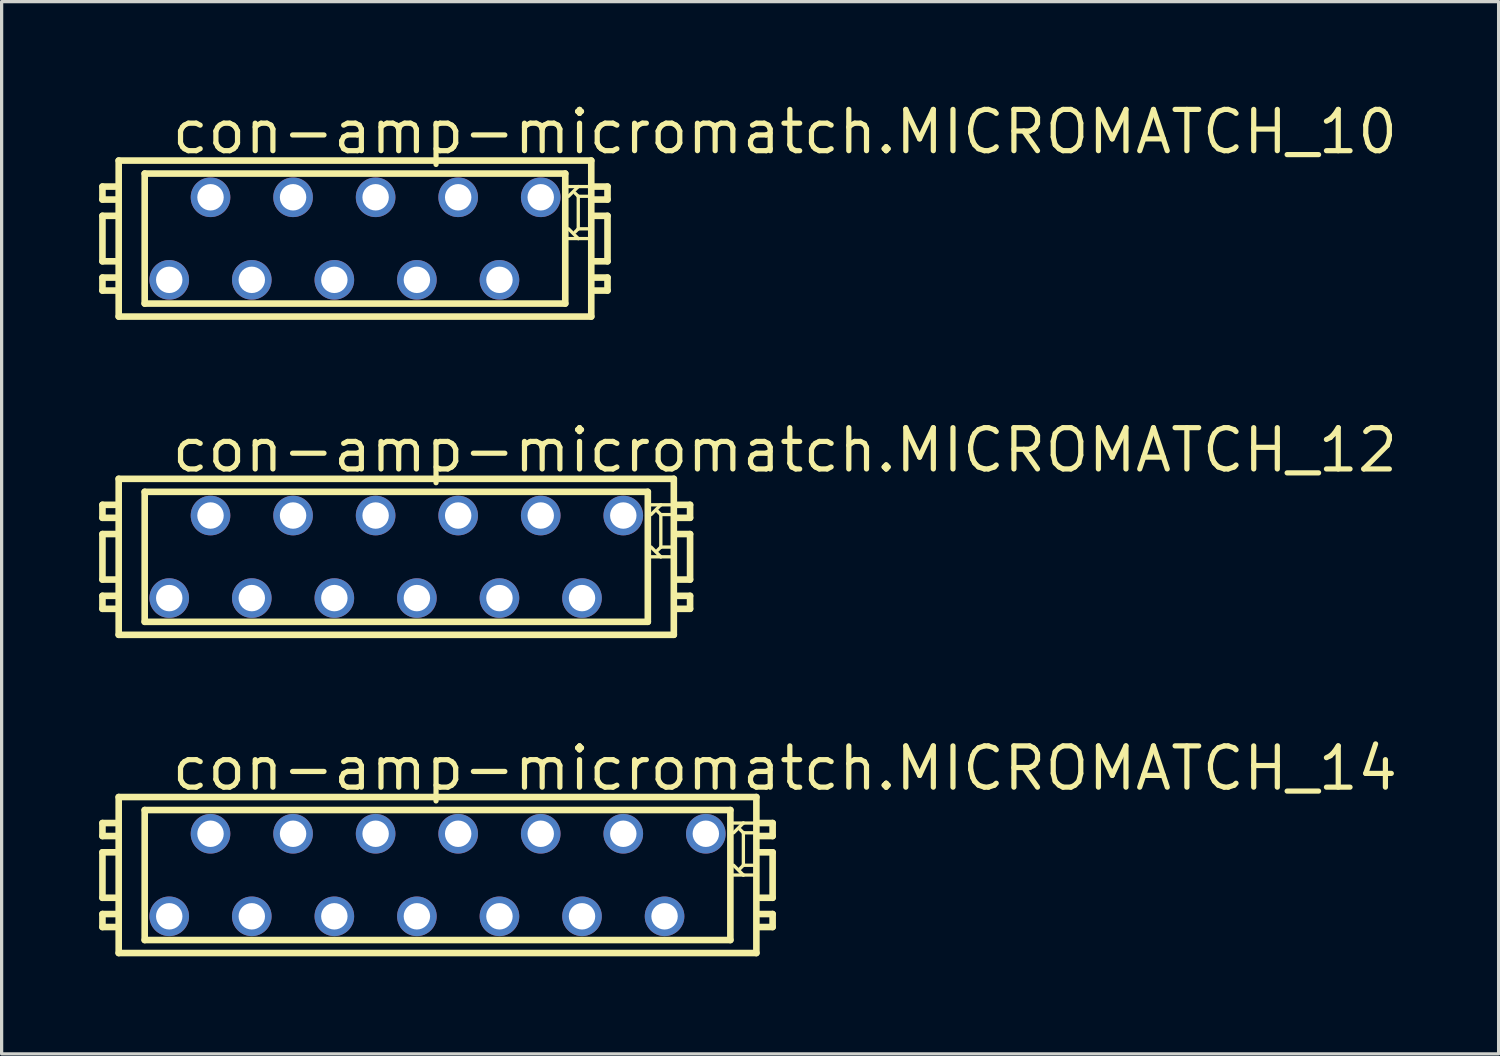
<source format=kicad_pcb>
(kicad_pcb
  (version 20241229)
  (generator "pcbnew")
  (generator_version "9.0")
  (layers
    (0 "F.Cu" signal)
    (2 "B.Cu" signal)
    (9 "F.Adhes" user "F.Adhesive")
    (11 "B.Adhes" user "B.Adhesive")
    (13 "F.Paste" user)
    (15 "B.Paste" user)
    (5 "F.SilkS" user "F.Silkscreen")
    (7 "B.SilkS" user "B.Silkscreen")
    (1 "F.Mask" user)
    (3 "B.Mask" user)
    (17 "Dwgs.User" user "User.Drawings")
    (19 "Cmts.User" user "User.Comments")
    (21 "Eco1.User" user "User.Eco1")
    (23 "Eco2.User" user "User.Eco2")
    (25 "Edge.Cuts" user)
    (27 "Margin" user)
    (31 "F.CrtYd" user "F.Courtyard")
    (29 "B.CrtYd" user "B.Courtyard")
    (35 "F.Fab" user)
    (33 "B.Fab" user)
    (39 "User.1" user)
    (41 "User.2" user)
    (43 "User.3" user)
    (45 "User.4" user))
  (footprint "con-amp-micromatch.MICROMATCH_12"
    (layer "F.Cu")
    (at 9.142 14.082)
    (property "Reference" "con-amp-micromatch.MICROMATCH_12" (at -6.985 -2.54 0) (layer "F.SilkS") (effects (font (size 1.27 1.27) (thickness 0.16)) (justify left bottom)))
    (attr through_hole)
    (fp_line (start -9.04 -1.6) (end -9.04 -1.2) (stroke (width 0.203) (type default)) (layer "F.SilkS"))
    (fp_line (start -9.04 -1.2) (end -8.64 -1.2) (stroke (width 0.203) (type default)) (layer "F.SilkS"))
    (fp_line (start -9.04 -0.7) (end -9.04 0.7) (stroke (width 0.203) (type default)) (layer "F.SilkS"))
    (fp_line (start -9.04 0.7) (end -8.64 0.7) (stroke (width 0.203) (type default)) (layer "F.SilkS"))
    (fp_line (start -9.04 1.2) (end -9.04 1.6) (stroke (width 0.203) (type default)) (layer "F.SilkS"))
    (fp_line (start -9.04 1.6) (end -8.64 1.6) (stroke (width 0.203) (type default)) (layer "F.SilkS"))
    (fp_line (start -8.64 -1.6) (end -9.04 -1.6) (stroke (width 0.203) (type default)) (layer "F.SilkS"))
    (fp_line (start -8.64 -0.7) (end -9.04 -0.7) (stroke (width 0.203) (type default)) (layer "F.SilkS"))
    (fp_line (start -8.64 1.2) (end -9.04 1.2) (stroke (width 0.203) (type default)) (layer "F.SilkS"))
    (fp_line (start -8.54 -2.4) (end -8.54 2.4) (stroke (width 0.203) (type default)) (layer "F.SilkS"))
    (fp_line (start -7.74 -2) (end -7.74 2) (stroke (width 0.203) (type default)) (layer "F.SilkS"))
    (fp_line (start 7.74 -2) (end -7.74 -2) (stroke (width 0.203) (type default)) (layer "F.SilkS"))
    (fp_line (start 7.74 2) (end -7.74 2) (stroke (width 0.203) (type default)) (layer "F.SilkS"))
    (fp_line (start 7.74 2) (end 7.74 -2) (stroke (width 0.203) (type default)) (layer "F.SilkS"))
    (fp_line (start 8.04 -1.4) (end 8.14 -1.3) (stroke (width 0.102) (type default)) (layer "F.SilkS"))
    (fp_line (start 8.04 -0.2) (end 8.14 -0.3) (stroke (width 0.102) (type default)) (layer "F.SilkS"))
    (fp_line (start 8.14 -1.6) (end 7.84 -1.6) (stroke (width 0.102) (type default)) (layer "F.SilkS"))
    (fp_line (start 8.14 -1.6) (end 7.84 -1.3) (stroke (width 0.102) (type default)) (layer "F.SilkS"))
    (fp_line (start 8.14 -1.3) (end 8.14 -0.3) (stroke (width 0.102) (type default)) (layer "F.SilkS"))
    (fp_line (start 8.14 -0.3) (end 8.44 -0.3) (stroke (width 0.102) (type default)) (layer "F.SilkS"))
    (fp_line (start 8.14 0) (end 7.84 -0.3) (stroke (width 0.102) (type default)) (layer "F.SilkS"))
    (fp_line (start 8.14 0) (end 7.84 0) (stroke (width 0.102) (type default)) (layer "F.SilkS"))
    (fp_line (start 8.44 -1.6) (end 8.14 -1.6) (stroke (width 0.102) (type default)) (layer "F.SilkS"))
    (fp_line (start 8.44 -1.3) (end 8.14 -1.3) (stroke (width 0.102) (type default)) (layer "F.SilkS"))
    (fp_line (start 8.44 0) (end 8.14 0) (stroke (width 0.102) (type default)) (layer "F.SilkS"))
    (fp_line (start 8.54 -2.4) (end -8.54 -2.4) (stroke (width 0.203) (type default)) (layer "F.SilkS"))
    (fp_line (start 8.54 2.4) (end -8.54 2.4) (stroke (width 0.203) (type default)) (layer "F.SilkS"))
    (fp_line (start 8.54 2.4) (end 8.54 -2.4) (stroke (width 0.203) (type default)) (layer "F.SilkS"))
    (fp_line (start 8.64 -1.2) (end 9.04 -1.2) (stroke (width 0.203) (type default)) (layer "F.SilkS"))
    (fp_line (start 8.64 0.7) (end 9.04 0.7) (stroke (width 0.203) (type default)) (layer "F.SilkS"))
    (fp_line (start 8.64 1.6) (end 9.04 1.6) (stroke (width 0.203) (type default)) (layer "F.SilkS"))
    (fp_line (start 9.04 -1.6) (end 8.64 -1.6) (stroke (width 0.203) (type default)) (layer "F.SilkS"))
    (fp_line (start 9.04 -1.2) (end 9.04 -1.6) (stroke (width 0.203) (type default)) (layer "F.SilkS"))
    (fp_line (start 9.04 -0.7) (end 8.64 -0.7) (stroke (width 0.203) (type default)) (layer "F.SilkS"))
    (fp_line (start 9.04 0.7) (end 9.04 -0.7) (stroke (width 0.203) (type default)) (layer "F.SilkS"))
    (fp_line (start 9.04 1.2) (end 8.64 1.2) (stroke (width 0.203) (type default)) (layer "F.SilkS"))
    (fp_line (start 9.04 1.6) (end 9.04 1.2) (stroke (width 0.203) (type default)) (layer "F.SilkS"))
    (pad "1" thru_hole circle (at 6.985 -1.27) (size 1.219 1.219) (drill 0.813) (layers "*.Cu" "*.Mask"))
    (pad "2" thru_hole circle (at 5.715 1.27) (size 1.219 1.219) (drill 0.813) (layers "*.Cu" "*.Mask"))
    (pad "3" thru_hole circle (at 4.445 -1.27) (size 1.219 1.219) (drill 0.813) (layers "*.Cu" "*.Mask"))
    (pad "4" thru_hole circle (at 3.175 1.27) (size 1.219 1.219) (drill 0.813) (layers "*.Cu" "*.Mask"))
    (pad "5" thru_hole circle (at 1.905 -1.27) (size 1.219 1.219) (drill 0.813) (layers "*.Cu" "*.Mask"))
    (pad "6" thru_hole circle (at 0.635 1.27) (size 1.219 1.219) (drill 0.813) (layers "*.Cu" "*.Mask"))
    (pad "7" thru_hole circle (at -0.635 -1.27) (size 1.219 1.219) (drill 0.813) (layers "*.Cu" "*.Mask"))
    (pad "8" thru_hole circle (at -1.905 1.27) (size 1.219 1.219) (drill 0.813) (layers "*.Cu" "*.Mask"))
    (pad "9" thru_hole circle (at -3.175 -1.27) (size 1.219 1.219) (drill 0.813) (layers "*.Cu" "*.Mask"))
    (pad "10" thru_hole circle (at -4.445 1.27) (size 1.219 1.219) (drill 0.813) (layers "*.Cu" "*.Mask"))
    (pad "11" thru_hole circle (at -5.715 -1.27) (size 1.219 1.219) (drill 0.813) (layers "*.Cu" "*.Mask"))
    (pad "12" thru_hole circle (at -6.985 1.27) (size 1.219 1.219) (drill 0.813) (layers "*.Cu" "*.Mask")))
  (footprint "con-amp-micromatch.MICROMATCH_10"
    (layer "F.Cu")
    (at 7.872 4.29)
    (property "Reference" "con-amp-micromatch.MICROMATCH_10" (at -5.715 -2.54 0) (layer "F.SilkS") (effects (font (size 1.27 1.27) (thickness 0.16)) (justify left bottom)))
    (attr through_hole)
    (fp_line (start -7.77 -1.6) (end -7.77 -1.2) (stroke (width 0.203) (type default)) (layer "F.SilkS"))
    (fp_line (start -7.77 -1.2) (end -7.37 -1.2) (stroke (width 0.203) (type default)) (layer "F.SilkS"))
    (fp_line (start -7.77 -0.7) (end -7.77 0.7) (stroke (width 0.203) (type default)) (layer "F.SilkS"))
    (fp_line (start -7.77 0.7) (end -7.37 0.7) (stroke (width 0.203) (type default)) (layer "F.SilkS"))
    (fp_line (start -7.77 1.2) (end -7.77 1.6) (stroke (width 0.203) (type default)) (layer "F.SilkS"))
    (fp_line (start -7.77 1.6) (end -7.37 1.6) (stroke (width 0.203) (type default)) (layer "F.SilkS"))
    (fp_line (start -7.37 -1.6) (end -7.77 -1.6) (stroke (width 0.203) (type default)) (layer "F.SilkS"))
    (fp_line (start -7.37 -0.7) (end -7.77 -0.7) (stroke (width 0.203) (type default)) (layer "F.SilkS"))
    (fp_line (start -7.37 1.2) (end -7.77 1.2) (stroke (width 0.203) (type default)) (layer "F.SilkS"))
    (fp_line (start -7.27 -2.4) (end -7.27 2.4) (stroke (width 0.203) (type default)) (layer "F.SilkS"))
    (fp_line (start -6.47 -2) (end -6.47 2) (stroke (width 0.203) (type default)) (layer "F.SilkS"))
    (fp_line (start 6.47 -2) (end -6.47 -2) (stroke (width 0.203) (type default)) (layer "F.SilkS"))
    (fp_line (start 6.47 2) (end -6.47 2) (stroke (width 0.203) (type default)) (layer "F.SilkS"))
    (fp_line (start 6.47 2) (end 6.47 -2) (stroke (width 0.203) (type default)) (layer "F.SilkS"))
    (fp_line (start 6.77 -1.4) (end 6.87 -1.3) (stroke (width 0.102) (type default)) (layer "F.SilkS"))
    (fp_line (start 6.77 -0.2) (end 6.87 -0.3) (stroke (width 0.102) (type default)) (layer "F.SilkS"))
    (fp_line (start 6.87 -1.6) (end 6.57 -1.6) (stroke (width 0.102) (type default)) (layer "F.SilkS"))
    (fp_line (start 6.87 -1.6) (end 6.57 -1.3) (stroke (width 0.102) (type default)) (layer "F.SilkS"))
    (fp_line (start 6.87 -1.3) (end 6.87 -0.3) (stroke (width 0.102) (type default)) (layer "F.SilkS"))
    (fp_line (start 6.87 -0.3) (end 7.17 -0.3) (stroke (width 0.102) (type default)) (layer "F.SilkS"))
    (fp_line (start 6.87 0) (end 6.57 -0.3) (stroke (width 0.102) (type default)) (layer "F.SilkS"))
    (fp_line (start 6.87 0) (end 6.57 0) (stroke (width 0.102) (type default)) (layer "F.SilkS"))
    (fp_line (start 7.17 -1.6) (end 6.87 -1.6) (stroke (width 0.102) (type default)) (layer "F.SilkS"))
    (fp_line (start 7.17 -1.3) (end 6.87 -1.3) (stroke (width 0.102) (type default)) (layer "F.SilkS"))
    (fp_line (start 7.17 0) (end 6.87 0) (stroke (width 0.102) (type default)) (layer "F.SilkS"))
    (fp_line (start 7.27 -2.4) (end -7.27 -2.4) (stroke (width 0.203) (type default)) (layer "F.SilkS"))
    (fp_line (start 7.27 2.4) (end -7.27 2.4) (stroke (width 0.203) (type default)) (layer "F.SilkS"))
    (fp_line (start 7.27 2.4) (end 7.27 -2.4) (stroke (width 0.203) (type default)) (layer "F.SilkS"))
    (fp_line (start 7.37 -1.2) (end 7.77 -1.2) (stroke (width 0.203) (type default)) (layer "F.SilkS"))
    (fp_line (start 7.37 0.7) (end 7.77 0.7) (stroke (width 0.203) (type default)) (layer "F.SilkS"))
    (fp_line (start 7.37 1.6) (end 7.77 1.6) (stroke (width 0.203) (type default)) (layer "F.SilkS"))
    (fp_line (start 7.77 -1.6) (end 7.37 -1.6) (stroke (width 0.203) (type default)) (layer "F.SilkS"))
    (fp_line (start 7.77 -1.2) (end 7.77 -1.6) (stroke (width 0.203) (type default)) (layer "F.SilkS"))
    (fp_line (start 7.77 -0.7) (end 7.37 -0.7) (stroke (width 0.203) (type default)) (layer "F.SilkS"))
    (fp_line (start 7.77 0.7) (end 7.77 -0.7) (stroke (width 0.203) (type default)) (layer "F.SilkS"))
    (fp_line (start 7.77 1.2) (end 7.37 1.2) (stroke (width 0.203) (type default)) (layer "F.SilkS"))
    (fp_line (start 7.77 1.6) (end 7.77 1.2) (stroke (width 0.203) (type default)) (layer "F.SilkS"))
    (pad "1" thru_hole circle (at 5.715 -1.27) (size 1.219 1.219) (drill 0.813) (layers "*.Cu" "*.Mask"))
    (pad "2" thru_hole circle (at 4.445 1.27) (size 1.219 1.219) (drill 0.813) (layers "*.Cu" "*.Mask"))
    (pad "3" thru_hole circle (at 3.175 -1.27) (size 1.219 1.219) (drill 0.813) (layers "*.Cu" "*.Mask"))
    (pad "4" thru_hole circle (at 1.905 1.27) (size 1.219 1.219) (drill 0.813) (layers "*.Cu" "*.Mask"))
    (pad "5" thru_hole circle (at 0.635 -1.27) (size 1.219 1.219) (drill 0.813) (layers "*.Cu" "*.Mask"))
    (pad "6" thru_hole circle (at -0.635 1.27) (size 1.219 1.219) (drill 0.813) (layers "*.Cu" "*.Mask"))
    (pad "7" thru_hole circle (at -1.905 -1.27) (size 1.219 1.219) (drill 0.813) (layers "*.Cu" "*.Mask"))
    (pad "8" thru_hole circle (at -3.175 1.27) (size 1.219 1.219) (drill 0.813) (layers "*.Cu" "*.Mask"))
    (pad "9" thru_hole circle (at -4.445 -1.27) (size 1.219 1.219) (drill 0.813) (layers "*.Cu" "*.Mask"))
    (pad "10" thru_hole circle (at -5.715 1.27) (size 1.219 1.219) (drill 0.813) (layers "*.Cu" "*.Mask")))
  (footprint "con-amp-micromatch.MICROMATCH_14"
    (layer "F.Cu")
    (at 10.412 23.873)
    (property "Reference" "con-amp-micromatch.MICROMATCH_14" (at -8.255 -2.54 0) (layer "F.SilkS") (effects (font (size 1.27 1.27) (thickness 0.16)) (justify left bottom)))
    (attr through_hole)
    (fp_line (start -10.31 -1.6) (end -10.31 -1.2) (stroke (width 0.203) (type default)) (layer "F.SilkS"))
    (fp_line (start -10.31 -1.2) (end -9.91 -1.2) (stroke (width 0.203) (type default)) (layer "F.SilkS"))
    (fp_line (start -10.31 -0.7) (end -10.31 0.7) (stroke (width 0.203) (type default)) (layer "F.SilkS"))
    (fp_line (start -10.31 0.7) (end -9.91 0.7) (stroke (width 0.203) (type default)) (layer "F.SilkS"))
    (fp_line (start -10.31 1.2) (end -10.31 1.6) (stroke (width 0.203) (type default)) (layer "F.SilkS"))
    (fp_line (start -10.31 1.6) (end -9.91 1.6) (stroke (width 0.203) (type default)) (layer "F.SilkS"))
    (fp_line (start -9.91 -1.6) (end -10.31 -1.6) (stroke (width 0.203) (type default)) (layer "F.SilkS"))
    (fp_line (start -9.91 -0.7) (end -10.31 -0.7) (stroke (width 0.203) (type default)) (layer "F.SilkS"))
    (fp_line (start -9.91 1.2) (end -10.31 1.2) (stroke (width 0.203) (type default)) (layer "F.SilkS"))
    (fp_line (start -9.81 -2.4) (end -9.81 2.4) (stroke (width 0.203) (type default)) (layer "F.SilkS"))
    (fp_line (start -9.01 -2) (end -9.01 2) (stroke (width 0.203) (type default)) (layer "F.SilkS"))
    (fp_line (start 9.01 -2) (end -9.01 -2) (stroke (width 0.203) (type default)) (layer "F.SilkS"))
    (fp_line (start 9.01 2) (end -9.01 2) (stroke (width 0.203) (type default)) (layer "F.SilkS"))
    (fp_line (start 9.01 2) (end 9.01 -2) (stroke (width 0.203) (type default)) (layer "F.SilkS"))
    (fp_line (start 9.31 -1.4) (end 9.41 -1.3) (stroke (width 0.102) (type default)) (layer "F.SilkS"))
    (fp_line (start 9.31 -0.2) (end 9.41 -0.3) (stroke (width 0.102) (type default)) (layer "F.SilkS"))
    (fp_line (start 9.41 -1.6) (end 9.11 -1.6) (stroke (width 0.102) (type default)) (layer "F.SilkS"))
    (fp_line (start 9.41 -1.6) (end 9.11 -1.3) (stroke (width 0.102) (type default)) (layer "F.SilkS"))
    (fp_line (start 9.41 -1.3) (end 9.41 -0.3) (stroke (width 0.102) (type default)) (layer "F.SilkS"))
    (fp_line (start 9.41 -0.3) (end 9.71 -0.3) (stroke (width 0.102) (type default)) (layer "F.SilkS"))
    (fp_line (start 9.41 0) (end 9.11 -0.3) (stroke (width 0.102) (type default)) (layer "F.SilkS"))
    (fp_line (start 9.41 0) (end 9.11 0) (stroke (width 0.102) (type default)) (layer "F.SilkS"))
    (fp_line (start 9.71 -1.6) (end 9.41 -1.6) (stroke (width 0.102) (type default)) (layer "F.SilkS"))
    (fp_line (start 9.71 -1.3) (end 9.41 -1.3) (stroke (width 0.102) (type default)) (layer "F.SilkS"))
    (fp_line (start 9.71 0) (end 9.41 0) (stroke (width 0.102) (type default)) (layer "F.SilkS"))
    (fp_line (start 9.81 -2.4) (end -9.81 -2.4) (stroke (width 0.203) (type default)) (layer "F.SilkS"))
    (fp_line (start 9.81 2.4) (end -9.81 2.4) (stroke (width 0.203) (type default)) (layer "F.SilkS"))
    (fp_line (start 9.81 2.4) (end 9.81 -2.4) (stroke (width 0.203) (type default)) (layer "F.SilkS"))
    (fp_line (start 9.91 -1.2) (end 10.31 -1.2) (stroke (width 0.203) (type default)) (layer "F.SilkS"))
    (fp_line (start 9.91 0.7) (end 10.31 0.7) (stroke (width 0.203) (type default)) (layer "F.SilkS"))
    (fp_line (start 9.91 1.6) (end 10.31 1.6) (stroke (width 0.203) (type default)) (layer "F.SilkS"))
    (fp_line (start 10.31 -1.6) (end 9.91 -1.6) (stroke (width 0.203) (type default)) (layer "F.SilkS"))
    (fp_line (start 10.31 -1.2) (end 10.31 -1.6) (stroke (width 0.203) (type default)) (layer "F.SilkS"))
    (fp_line (start 10.31 -0.7) (end 9.91 -0.7) (stroke (width 0.203) (type default)) (layer "F.SilkS"))
    (fp_line (start 10.31 0.7) (end 10.31 -0.7) (stroke (width 0.203) (type default)) (layer "F.SilkS"))
    (fp_line (start 10.31 1.2) (end 9.91 1.2) (stroke (width 0.203) (type default)) (layer "F.SilkS"))
    (fp_line (start 10.31 1.6) (end 10.31 1.2) (stroke (width 0.203) (type default)) (layer "F.SilkS"))
    (pad "1" thru_hole circle (at 8.255 -1.27) (size 1.219 1.219) (drill 0.813) (layers "*.Cu" "*.Mask"))
    (pad "2" thru_hole circle (at 6.985 1.27) (size 1.219 1.219) (drill 0.813) (layers "*.Cu" "*.Mask"))
    (pad "3" thru_hole circle (at 5.715 -1.27) (size 1.219 1.219) (drill 0.813) (layers "*.Cu" "*.Mask"))
    (pad "4" thru_hole circle (at 4.445 1.27) (size 1.219 1.219) (drill 0.813) (layers "*.Cu" "*.Mask"))
    (pad "5" thru_hole circle (at 3.175 -1.27) (size 1.219 1.219) (drill 0.813) (layers "*.Cu" "*.Mask"))
    (pad "6" thru_hole circle (at 1.905 1.27) (size 1.219 1.219) (drill 0.813) (layers "*.Cu" "*.Mask"))
    (pad "7" thru_hole circle (at 0.635 -1.27) (size 1.219 1.219) (drill 0.813) (layers "*.Cu" "*.Mask"))
    (pad "8" thru_hole circle (at -0.635 1.27) (size 1.219 1.219) (drill 0.813) (layers "*.Cu" "*.Mask"))
    (pad "9" thru_hole circle (at -1.905 -1.27) (size 1.219 1.219) (drill 0.813) (layers "*.Cu" "*.Mask"))
    (pad "10" thru_hole circle (at -3.175 1.27) (size 1.219 1.219) (drill 0.813) (layers "*.Cu" "*.Mask"))
    (pad "11" thru_hole circle (at -4.445 -1.27) (size 1.219 1.219) (drill 0.813) (layers "*.Cu" "*.Mask"))
    (pad "12" thru_hole circle (at -5.715 1.27) (size 1.219 1.219) (drill 0.813) (layers "*.Cu" "*.Mask"))
    (pad "13" thru_hole circle (at -6.985 -1.27) (size 1.219 1.219) (drill 0.813) (layers "*.Cu" "*.Mask"))
    (pad "14" thru_hole circle (at -8.255 1.27) (size 1.219 1.219) (drill 0.813) (layers "*.Cu" "*.Mask")))
  (gr_rect
    (start -3 -3)
    (end 43.059 29.375)
    (stroke (width 0.1) (type default))
    (fill no)
    (layer "Edge.Cuts")))
</source>
